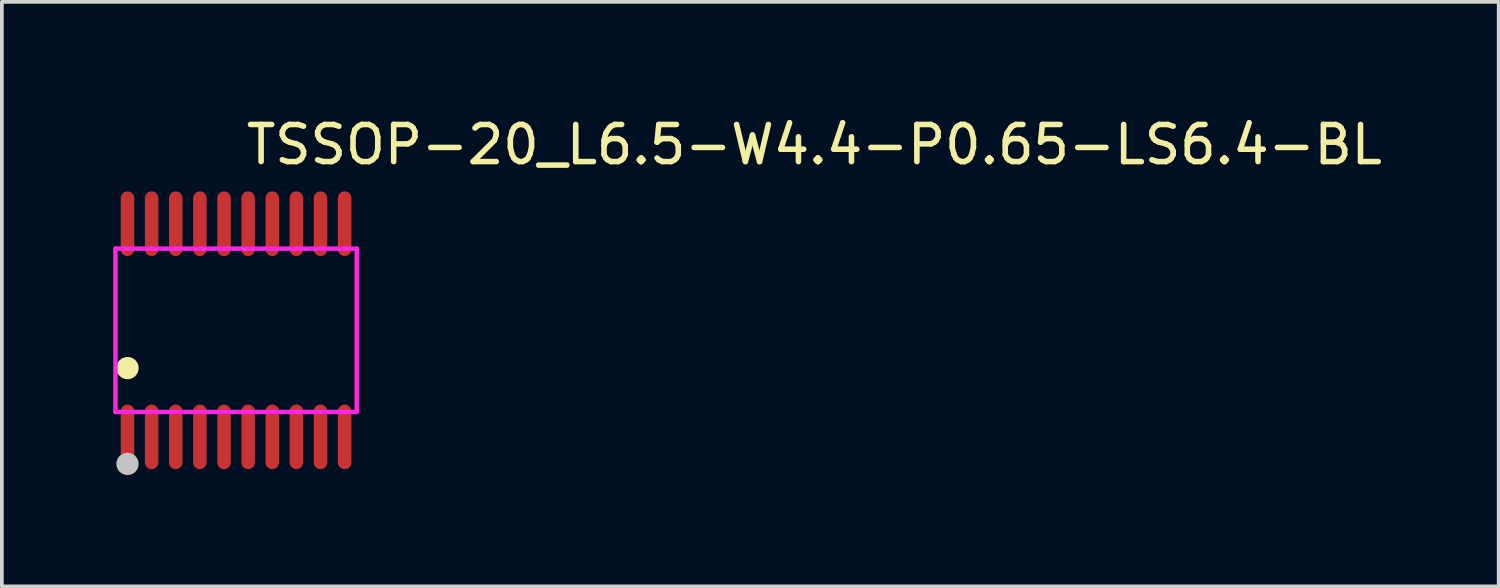
<source format=kicad_pcb>
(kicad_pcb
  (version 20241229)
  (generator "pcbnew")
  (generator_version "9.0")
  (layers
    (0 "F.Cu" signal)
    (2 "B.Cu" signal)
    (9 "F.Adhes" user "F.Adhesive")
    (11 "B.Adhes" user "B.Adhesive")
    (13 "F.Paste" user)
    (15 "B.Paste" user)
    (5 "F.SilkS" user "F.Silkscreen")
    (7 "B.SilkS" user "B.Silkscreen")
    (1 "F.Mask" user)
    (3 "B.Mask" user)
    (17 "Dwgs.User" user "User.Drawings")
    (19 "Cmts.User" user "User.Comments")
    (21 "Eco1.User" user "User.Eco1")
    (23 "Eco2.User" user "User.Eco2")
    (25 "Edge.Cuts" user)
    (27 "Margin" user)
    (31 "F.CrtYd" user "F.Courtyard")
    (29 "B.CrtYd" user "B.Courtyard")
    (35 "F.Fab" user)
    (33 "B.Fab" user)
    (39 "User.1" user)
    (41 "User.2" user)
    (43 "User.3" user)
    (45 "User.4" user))
  (footprint "TSSOP-20_L6.5-W4.4-P0.65-LS6.4-BL"
    (layer "F.Cu")
    (at 3.31 5.848)
    (property "Reference" "TSSOP-20_L6.5-W4.4-P0.65-LS6.4-BL" (at 0.195 -5 0) (layer "F.SilkS") (effects (font (size 1 1) (thickness 0.15)) (justify left)))
    (attr through_hole)
    (fp_circle (center -2.925 1.019) (end -2.775 1.019) (stroke (width 0.3) (type solid)) (fill no) (layer "F.SilkS"))
    (fp_circle (center -2.925 3.6) (end -2.775 3.6) (stroke (width 0.3) (type solid)) (fill no) (layer "Dwgs.User"))
    (fp_line (start -3.055 -2.61) (end -3.055 -2.19) (stroke (width 0.12) (type solid)) (layer "Eco2.User"))
    (fp_line (start -3.055 -2.19) (end -2.795 -2.19) (stroke (width 0.12) (type solid)) (layer "Eco2.User"))
    (fp_line (start -3.055 2.19) (end -2.795 2.19) (stroke (width 0.12) (type solid)) (layer "Eco2.User"))
    (fp_line (start -3.055 2.61) (end -3.055 2.19) (stroke (width 0.12) (type solid)) (layer "Eco2.User"))
    (fp_line (start -2.795 -2.61) (end -3.055 -2.61) (stroke (width 0.12) (type solid)) (layer "Eco2.User"))
    (fp_line (start -2.795 -2.19) (end -2.795 -2.61) (stroke (width 0.12) (type solid)) (layer "Eco2.User"))
    (fp_line (start -2.795 2.19) (end -2.795 2.61) (stroke (width 0.12) (type solid)) (layer "Eco2.User"))
    (fp_line (start -2.795 2.61) (end -3.055 2.61) (stroke (width 0.12) (type solid)) (layer "Eco2.User"))
    (fp_line (start -2.405 -2.61) (end -2.405 -2.19) (stroke (width 0.12) (type solid)) (layer "Eco2.User"))
    (fp_line (start -2.405 -2.19) (end -2.145 -2.19) (stroke (width 0.12) (type solid)) (layer "Eco2.User"))
    (fp_line (start -2.405 2.19) (end -2.145 2.19) (stroke (width 0.12) (type solid)) (layer "Eco2.User"))
    (fp_line (start -2.405 2.61) (end -2.405 2.19) (stroke (width 0.12) (type solid)) (layer "Eco2.User"))
    (fp_line (start -2.145 -2.61) (end -2.405 -2.61) (stroke (width 0.12) (type solid)) (layer "Eco2.User"))
    (fp_line (start -2.145 -2.19) (end -2.145 -2.61) (stroke (width 0.12) (type solid)) (layer "Eco2.User"))
    (fp_line (start -2.145 2.19) (end -2.145 2.61) (stroke (width 0.12) (type solid)) (layer "Eco2.User"))
    (fp_line (start -2.145 2.61) (end -2.405 2.61) (stroke (width 0.12) (type solid)) (layer "Eco2.User"))
    (fp_line (start -1.755 -2.61) (end -1.755 -2.19) (stroke (width 0.12) (type solid)) (layer "Eco2.User"))
    (fp_line (start -1.755 -2.19) (end -1.495 -2.19) (stroke (width 0.12) (type solid)) (layer "Eco2.User"))
    (fp_line (start -1.755 2.19) (end -1.495 2.19) (stroke (width 0.12) (type solid)) (layer "Eco2.User"))
    (fp_line (start -1.755 2.61) (end -1.755 2.19) (stroke (width 0.12) (type solid)) (layer "Eco2.User"))
    (fp_line (start -1.495 -2.61) (end -1.755 -2.61) (stroke (width 0.12) (type solid)) (layer "Eco2.User"))
    (fp_line (start -1.495 -2.19) (end -1.495 -2.61) (stroke (width 0.12) (type solid)) (layer "Eco2.User"))
    (fp_line (start -1.495 2.19) (end -1.495 2.61) (stroke (width 0.12) (type solid)) (layer "Eco2.User"))
    (fp_line (start -1.495 2.61) (end -1.755 2.61) (stroke (width 0.12) (type solid)) (layer "Eco2.User"))
    (fp_line (start -1.105 -2.61) (end -1.105 -2.19) (stroke (width 0.12) (type solid)) (layer "Eco2.User"))
    (fp_line (start -1.105 -2.19) (end -0.845 -2.19) (stroke (width 0.12) (type solid)) (layer "Eco2.User"))
    (fp_line (start -1.105 2.19) (end -0.845 2.19) (stroke (width 0.12) (type solid)) (layer "Eco2.User"))
    (fp_line (start -1.105 2.61) (end -1.105 2.19) (stroke (width 0.12) (type solid)) (layer "Eco2.User"))
    (fp_line (start -0.845 -2.61) (end -1.105 -2.61) (stroke (width 0.12) (type solid)) (layer "Eco2.User"))
    (fp_line (start -0.845 -2.19) (end -0.845 -2.61) (stroke (width 0.12) (type solid)) (layer "Eco2.User"))
    (fp_line (start -0.845 2.19) (end -0.845 2.61) (stroke (width 0.12) (type solid)) (layer "Eco2.User"))
    (fp_line (start -0.845 2.61) (end -1.105 2.61) (stroke (width 0.12) (type solid)) (layer "Eco2.User"))
    (fp_line (start -0.455 -2.61) (end -0.455 -2.19) (stroke (width 0.12) (type solid)) (layer "Eco2.User"))
    (fp_line (start -0.455 -2.19) (end -0.195 -2.19) (stroke (width 0.12) (type solid)) (layer "Eco2.User"))
    (fp_line (start -0.455 2.19) (end -0.195 2.19) (stroke (width 0.12) (type solid)) (layer "Eco2.User"))
    (fp_line (start -0.455 2.61) (end -0.455 2.19) (stroke (width 0.12) (type solid)) (layer "Eco2.User"))
    (fp_line (start -0.195 -2.61) (end -0.455 -2.61) (stroke (width 0.12) (type solid)) (layer "Eco2.User"))
    (fp_line (start -0.195 -2.19) (end -0.195 -2.61) (stroke (width 0.12) (type solid)) (layer "Eco2.User"))
    (fp_line (start -0.195 2.19) (end -0.195 2.61) (stroke (width 0.12) (type solid)) (layer "Eco2.User"))
    (fp_line (start -0.195 2.61) (end -0.455 2.61) (stroke (width 0.12) (type solid)) (layer "Eco2.User"))
    (fp_line (start 0.195 -2.61) (end 0.195 -2.19) (stroke (width 0.12) (type solid)) (layer "Eco2.User"))
    (fp_line (start 0.195 -2.19) (end 0.455 -2.19) (stroke (width 0.12) (type solid)) (layer "Eco2.User"))
    (fp_line (start 0.195 2.19) (end 0.455 2.19) (stroke (width 0.12) (type solid)) (layer "Eco2.User"))
    (fp_line (start 0.195 2.61) (end 0.195 2.19) (stroke (width 0.12) (type solid)) (layer "Eco2.User"))
    (fp_line (start 0.455 -2.61) (end 0.195 -2.61) (stroke (width 0.12) (type solid)) (layer "Eco2.User"))
    (fp_line (start 0.455 -2.19) (end 0.455 -2.61) (stroke (width 0.12) (type solid)) (layer "Eco2.User"))
    (fp_line (start 0.455 2.19) (end 0.455 2.61) (stroke (width 0.12) (type solid)) (layer "Eco2.User"))
    (fp_line (start 0.455 2.61) (end 0.195 2.61) (stroke (width 0.12) (type solid)) (layer "Eco2.User"))
    (fp_line (start 0.845 -2.61) (end 0.845 -2.19) (stroke (width 0.12) (type solid)) (layer "Eco2.User"))
    (fp_line (start 0.845 -2.19) (end 1.105 -2.19) (stroke (width 0.12) (type solid)) (layer "Eco2.User"))
    (fp_line (start 0.845 2.19) (end 1.105 2.19) (stroke (width 0.12) (type solid)) (layer "Eco2.User"))
    (fp_line (start 0.845 2.61) (end 0.845 2.19) (stroke (width 0.12) (type solid)) (layer "Eco2.User"))
    (fp_line (start 1.105 -2.61) (end 0.845 -2.61) (stroke (width 0.12) (type solid)) (layer "Eco2.User"))
    (fp_line (start 1.105 -2.19) (end 1.105 -2.61) (stroke (width 0.12) (type solid)) (layer "Eco2.User"))
    (fp_line (start 1.105 2.19) (end 1.105 2.61) (stroke (width 0.12) (type solid)) (layer "Eco2.User"))
    (fp_line (start 1.105 2.61) (end 0.845 2.61) (stroke (width 0.12) (type solid)) (layer "Eco2.User"))
    (fp_line (start 1.495 -2.61) (end 1.495 -2.19) (stroke (width 0.12) (type solid)) (layer "Eco2.User"))
    (fp_line (start 1.495 -2.19) (end 1.755 -2.19) (stroke (width 0.12) (type solid)) (layer "Eco2.User"))
    (fp_line (start 1.495 2.19) (end 1.755 2.19) (stroke (width 0.12) (type solid)) (layer "Eco2.User"))
    (fp_line (start 1.495 2.61) (end 1.495 2.19) (stroke (width 0.12) (type solid)) (layer "Eco2.User"))
    (fp_line (start 1.755 -2.61) (end 1.495 -2.61) (stroke (width 0.12) (type solid)) (layer "Eco2.User"))
    (fp_line (start 1.755 -2.19) (end 1.755 -2.61) (stroke (width 0.12) (type solid)) (layer "Eco2.User"))
    (fp_line (start 1.755 2.19) (end 1.755 2.61) (stroke (width 0.12) (type solid)) (layer "Eco2.User"))
    (fp_line (start 1.755 2.61) (end 1.495 2.61) (stroke (width 0.12) (type solid)) (layer "Eco2.User"))
    (fp_line (start 2.145 -2.61) (end 2.145 -2.19) (stroke (width 0.12) (type solid)) (layer "Eco2.User"))
    (fp_line (start 2.145 -2.19) (end 2.405 -2.19) (stroke (width 0.12) (type solid)) (layer "Eco2.User"))
    (fp_line (start 2.145 2.19) (end 2.405 2.19) (stroke (width 0.12) (type solid)) (layer "Eco2.User"))
    (fp_line (start 2.145 2.61) (end 2.145 2.19) (stroke (width 0.12) (type solid)) (layer "Eco2.User"))
    (fp_line (start 2.405 -2.61) (end 2.145 -2.61) (stroke (width 0.12) (type solid)) (layer "Eco2.User"))
    (fp_line (start 2.405 -2.19) (end 2.405 -2.61) (stroke (width 0.12) (type solid)) (layer "Eco2.User"))
    (fp_line (start 2.405 2.19) (end 2.405 2.61) (stroke (width 0.12) (type solid)) (layer "Eco2.User"))
    (fp_line (start 2.405 2.61) (end 2.145 2.61) (stroke (width 0.12) (type solid)) (layer "Eco2.User"))
    (fp_line (start 2.795 -2.61) (end 2.795 -2.19) (stroke (width 0.12) (type solid)) (layer "Eco2.User"))
    (fp_line (start 2.795 -2.19) (end 3.055 -2.19) (stroke (width 0.12) (type solid)) (layer "Eco2.User"))
    (fp_line (start 2.795 2.19) (end 3.055 2.19) (stroke (width 0.12) (type solid)) (layer "Eco2.User"))
    (fp_line (start 2.795 2.61) (end 2.795 2.19) (stroke (width 0.12) (type solid)) (layer "Eco2.User"))
    (fp_line (start 3.055 -2.61) (end 2.795 -2.61) (stroke (width 0.12) (type solid)) (layer "Eco2.User"))
    (fp_line (start 3.055 -2.19) (end 3.055 -2.61) (stroke (width 0.12) (type solid)) (layer "Eco2.User"))
    (fp_line (start 3.055 2.19) (end 3.055 2.61) (stroke (width 0.12) (type solid)) (layer "Eco2.User"))
    (fp_line (start 3.055 2.61) (end 2.795 2.61) (stroke (width 0.12) (type solid)) (layer "Eco2.User"))
    (fp_circle (center -3.25 3.2) (end -3.22 3.2) (stroke (width 0.06) (type solid)) (fill no) (layer "Eco2.User"))
    (fp_poly (pts (xy -3.055 -3.2) (xy -3.055 -2.6) (xy -2.795 -2.6) (xy -2.795 -3.2)) (stroke (width 0.12) (type solid)) (fill no) (layer "Eco2.User"))
    (fp_poly (pts (xy -3.055 3.2) (xy -3.055 2.6) (xy -2.795 2.6) (xy -2.795 3.2)) (stroke (width 0.12) (type solid)) (fill no) (layer "Eco2.User"))
    (fp_poly (pts (xy -2.405 -3.2) (xy -2.405 -2.6) (xy -2.145 -2.6) (xy -2.145 -3.2)) (stroke (width 0.12) (type solid)) (fill no) (layer "Eco2.User"))
    (fp_poly (pts (xy -2.405 3.2) (xy -2.405 2.6) (xy -2.145 2.6) (xy -2.145 3.2)) (stroke (width 0.12) (type solid)) (fill no) (layer "Eco2.User"))
    (fp_poly (pts (xy -1.755 -3.2) (xy -1.755 -2.6) (xy -1.495 -2.6) (xy -1.495 -3.2)) (stroke (width 0.12) (type solid)) (fill no) (layer "Eco2.User"))
    (fp_poly (pts (xy -1.755 3.2) (xy -1.755 2.6) (xy -1.495 2.6) (xy -1.495 3.2)) (stroke (width 0.12) (type solid)) (fill no) (layer "Eco2.User"))
    (fp_poly (pts (xy -1.105 -3.2) (xy -1.105 -2.6) (xy -0.845 -2.6) (xy -0.845 -3.2)) (stroke (width 0.12) (type solid)) (fill no) (layer "Eco2.User"))
    (fp_poly (pts (xy -1.105 3.2) (xy -1.105 2.6) (xy -0.845 2.6) (xy -0.845 3.2)) (stroke (width 0.12) (type solid)) (fill no) (layer "Eco2.User"))
    (fp_poly (pts (xy -0.455 -3.2) (xy -0.455 -2.6) (xy -0.195 -2.6) (xy -0.195 -3.2)) (stroke (width 0.12) (type solid)) (fill no) (layer "Eco2.User"))
    (fp_poly (pts (xy -0.455 3.2) (xy -0.455 2.6) (xy -0.195 2.6) (xy -0.195 3.2)) (stroke (width 0.12) (type solid)) (fill no) (layer "Eco2.User"))
    (fp_poly (pts (xy 0.195 -3.2) (xy 0.195 -2.6) (xy 0.455 -2.6) (xy 0.455 -3.2)) (stroke (width 0.12) (type solid)) (fill no) (layer "Eco2.User"))
    (fp_poly (pts (xy 0.195 3.2) (xy 0.195 2.6) (xy 0.455 2.6) (xy 0.455 3.2)) (stroke (width 0.12) (type solid)) (fill no) (layer "Eco2.User"))
    (fp_poly (pts (xy 0.845 -3.2) (xy 0.845 -2.6) (xy 1.105 -2.6) (xy 1.105 -3.2)) (stroke (width 0.12) (type solid)) (fill no) (layer "Eco2.User"))
    (fp_poly (pts (xy 0.845 3.2) (xy 0.845 2.6) (xy 1.105 2.6) (xy 1.105 3.2)) (stroke (width 0.12) (type solid)) (fill no) (layer "Eco2.User"))
    (fp_poly (pts (xy 1.495 -3.2) (xy 1.495 -2.6) (xy 1.755 -2.6) (xy 1.755 -3.2)) (stroke (width 0.12) (type solid)) (fill no) (layer "Eco2.User"))
    (fp_poly (pts (xy 1.495 3.2) (xy 1.495 2.6) (xy 1.755 2.6) (xy 1.755 3.2)) (stroke (width 0.12) (type solid)) (fill no) (layer "Eco2.User"))
    (fp_poly (pts (xy 2.145 -3.2) (xy 2.145 -2.6) (xy 2.405 -2.6) (xy 2.405 -3.2)) (stroke (width 0.12) (type solid)) (fill no) (layer "Eco2.User"))
    (fp_poly (pts (xy 2.145 3.2) (xy 2.145 2.6) (xy 2.405 2.6) (xy 2.405 3.2)) (stroke (width 0.12) (type solid)) (fill no) (layer "Eco2.User"))
    (fp_poly (pts (xy 2.795 -3.2) (xy 2.795 -2.6) (xy 3.055 -2.6) (xy 3.055 -3.2)) (stroke (width 0.12) (type solid)) (fill no) (layer "Eco2.User"))
    (fp_poly (pts (xy 2.795 3.2) (xy 2.795 2.6) (xy 3.055 2.6) (xy 3.055 3.2)) (stroke (width 0.12) (type solid)) (fill no) (layer "Eco2.User"))
    (fp_line (start -3.25 -2.2) (end 3.25 -2.2) (stroke (width 0.12) (type solid)) (layer "F.CrtYd"))
    (fp_line (start -3.25 2.2) (end -3.25 -2.2) (stroke (width 0.12) (type solid)) (layer "F.CrtYd"))
    (fp_line (start 3.25 -2.2) (end 3.25 2.2) (stroke (width 0.12) (type solid)) (layer "F.CrtYd"))
    (fp_line (start 3.25 2.2) (end -3.25 2.2) (stroke (width 0.12) (type solid)) (layer "F.CrtYd"))
    (pad "1" smd oval (at -2.925 2.871) (size 0.364 1.742) (layers "F.Cu" "F.Mask" "F.Paste"))
    (pad "2" smd oval (at -2.275 2.871) (size 0.364 1.742) (layers "F.Cu" "F.Mask" "F.Paste"))
    (pad "3" smd oval (at -1.625 2.871) (size 0.364 1.742) (layers "F.Cu" "F.Mask" "F.Paste"))
    (pad "4" smd oval (at -0.975 2.871) (size 0.364 1.742) (layers "F.Cu" "F.Mask" "F.Paste"))
    (pad "5" smd oval (at -0.325 2.871) (size 0.364 1.742) (layers "F.Cu" "F.Mask" "F.Paste"))
    (pad "6" smd oval (at 0.325 2.871) (size 0.364 1.742) (layers "F.Cu" "F.Mask" "F.Paste"))
    (pad "7" smd oval (at 0.975 2.871) (size 0.364 1.742) (layers "F.Cu" "F.Mask" "F.Paste"))
    (pad "8" smd oval (at 1.625 2.871) (size 0.364 1.742) (layers "F.Cu" "F.Mask" "F.Paste"))
    (pad "9" smd oval (at 2.275 2.871) (size 0.364 1.742) (layers "F.Cu" "F.Mask" "F.Paste"))
    (pad "10" smd oval (at 2.925 2.871) (size 0.364 1.742) (layers "F.Cu" "F.Mask" "F.Paste"))
    (pad "11" smd oval (at 2.925 -2.871) (size 0.364 1.742) (layers "F.Cu" "F.Mask" "F.Paste"))
    (pad "12" smd oval (at 2.275 -2.871) (size 0.364 1.742) (layers "F.Cu" "F.Mask" "F.Paste"))
    (pad "13" smd oval (at 1.625 -2.871) (size 0.364 1.742) (layers "F.Cu" "F.Mask" "F.Paste"))
    (pad "14" smd oval (at 0.975 -2.871) (size 0.364 1.742) (layers "F.Cu" "F.Mask" "F.Paste"))
    (pad "15" smd oval (at 0.325 -2.871) (size 0.364 1.742) (layers "F.Cu" "F.Mask" "F.Paste"))
    (pad "16" smd oval (at -0.325 -2.871) (size 0.364 1.742) (layers "F.Cu" "F.Mask" "F.Paste"))
    (pad "17" smd oval (at -0.975 -2.871) (size 0.364 1.742) (layers "F.Cu" "F.Mask" "F.Paste"))
    (pad "18" smd oval (at -1.625 -2.871) (size 0.364 1.742) (layers "F.Cu" "F.Mask" "F.Paste"))
    (pad "19" smd oval (at -2.275 -2.871) (size 0.364 1.742) (layers "F.Cu" "F.Mask" "F.Paste"))
    (pad "20" smd oval (at -2.925 -2.871) (size 0.364 1.742) (layers "F.Cu" "F.Mask" "F.Paste")))
  (gr_rect
    (start -3 -3)
    (end 37.326 12.748)
    (stroke (width 0.1) (type default))
    (fill no)
    (layer "Edge.Cuts")))
</source>
